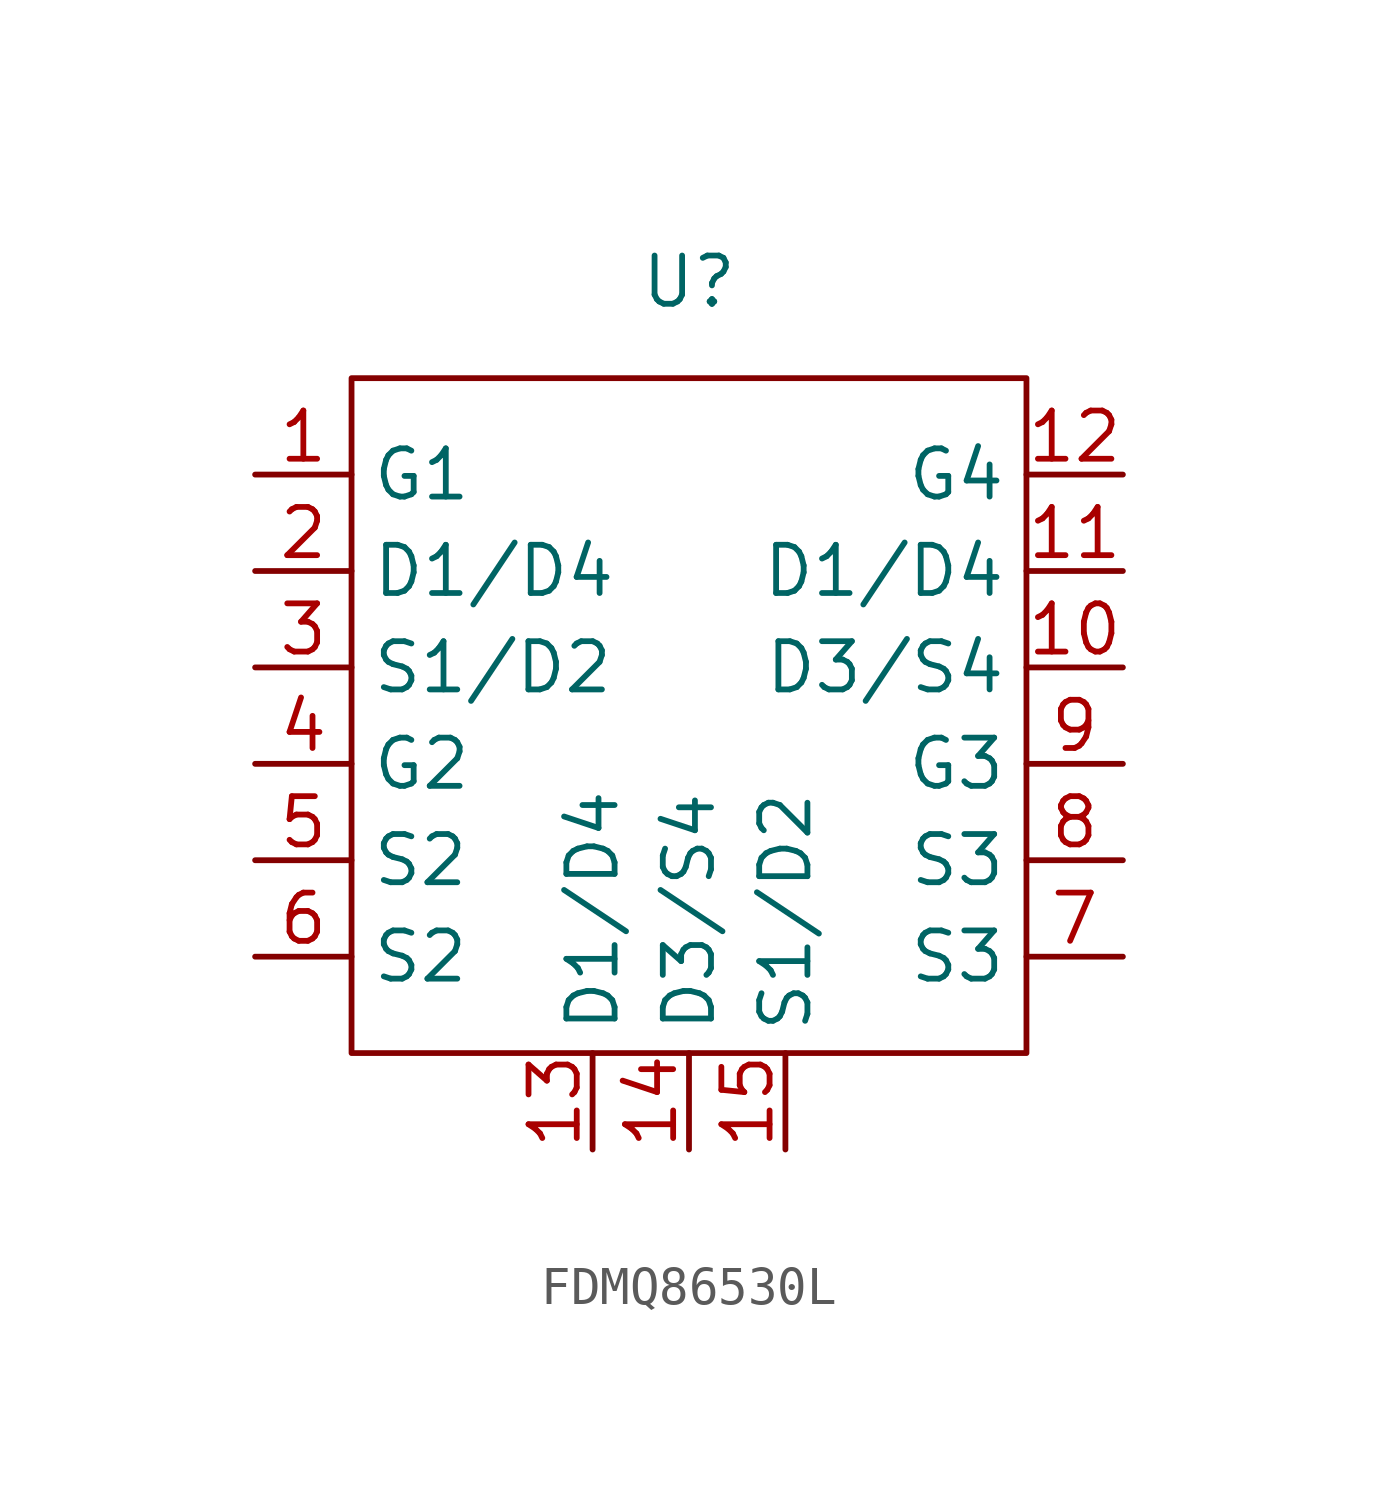
<source format=kicad_sym>
(kicad_symbol_lib
  (version 20231120)
  (generator "kicad_symbol_editor")
  (generator_version "8.0")
  (symbol "FDMQ86530L"
    (property "Reference" "U"
      (at 0 12.7 0)
      (effects (font (size 1.27 1.27))))
    (property "Value" ""
      (at 2.54 0 0)
      (effects (font (size 1.27 1.27))))
    (symbol "FDMQ86530L_0_1"
      (rectangle (start -8.89 10.16) (end 8.89 -7.62) (stroke (width 0) (type default)) (fill (type none))))
    (symbol "FDMQ86530L_1_1"
      (pin unspecified line (at -11.43 7.62 0) (length 2.54) (name "G1" (effects (font (size 1.27 1.27)))) (number "1" (effects (font (size 1.27 1.27)))))
      (pin unspecified line (at 11.43 2.54 180) (length 2.54) (name "D3/S4" (effects (font (size 1.27 1.27)))) (number "10" (effects (font (size 1.27 1.27)))))
      (pin unspecified line (at 11.43 5.08 180) (length 2.54) (name "D1/D4" (effects (font (size 1.27 1.27)))) (number "11" (effects (font (size 1.27 1.27)))))
      (pin unspecified line (at 11.43 7.62 180) (length 2.54) (name "G4" (effects (font (size 1.27 1.27)))) (number "12" (effects (font (size 1.27 1.27)))))
      (pin unspecified line (at -2.54 -10.16 90) (length 2.54) (name "D1/D4" (effects (font (size 1.27 1.27)))) (number "13" (effects (font (size 1.27 1.27)))))
      (pin unspecified line (at 0 -10.16 90) (length 2.54) (name "D3/S4" (effects (font (size 1.27 1.27)))) (number "14" (effects (font (size 1.27 1.27)))))
      (pin unspecified line (at 2.54 -10.16 90) (length 2.54) (name "S1/D2" (effects (font (size 1.27 1.27)))) (number "15" (effects (font (size 1.27 1.27)))))
      (pin unspecified line (at -11.43 5.08 0) (length 2.54) (name "D1/D4" (effects (font (size 1.27 1.27)))) (number "2" (effects (font (size 1.27 1.27)))))
      (pin unspecified line (at -11.43 2.54 0) (length 2.54) (name "S1/D2" (effects (font (size 1.27 1.27)))) (number "3" (effects (font (size 1.27 1.27)))))
      (pin unspecified line (at -11.43 0 0) (length 2.54) (name "G2" (effects (font (size 1.27 1.27)))) (number "4" (effects (font (size 1.27 1.27)))))
      (pin unspecified line (at -11.43 -2.54 0) (length 2.54) (name "S2" (effects (font (size 1.27 1.27)))) (number "5" (effects (font (size 1.27 1.27)))))
      (pin unspecified line (at -11.43 -5.08 0) (length 2.54) (name "S2" (effects (font (size 1.27 1.27)))) (number "6" (effects (font (size 1.27 1.27)))))
      (pin unspecified line (at 11.43 -5.08 180) (length 2.54) (name "S3" (effects (font (size 1.27 1.27)))) (number "7" (effects (font (size 1.27 1.27)))))
      (pin unspecified line (at 11.43 -2.54 180) (length 2.54) (name "S3" (effects (font (size 1.27 1.27)))) (number "8" (effects (font (size 1.27 1.27)))))
      (pin unspecified line (at 11.43 0 180) (length 2.54) (name "G3" (effects (font (size 1.27 1.27)))) (number "9" (effects (font (size 1.27 1.27))))))))
</source>
